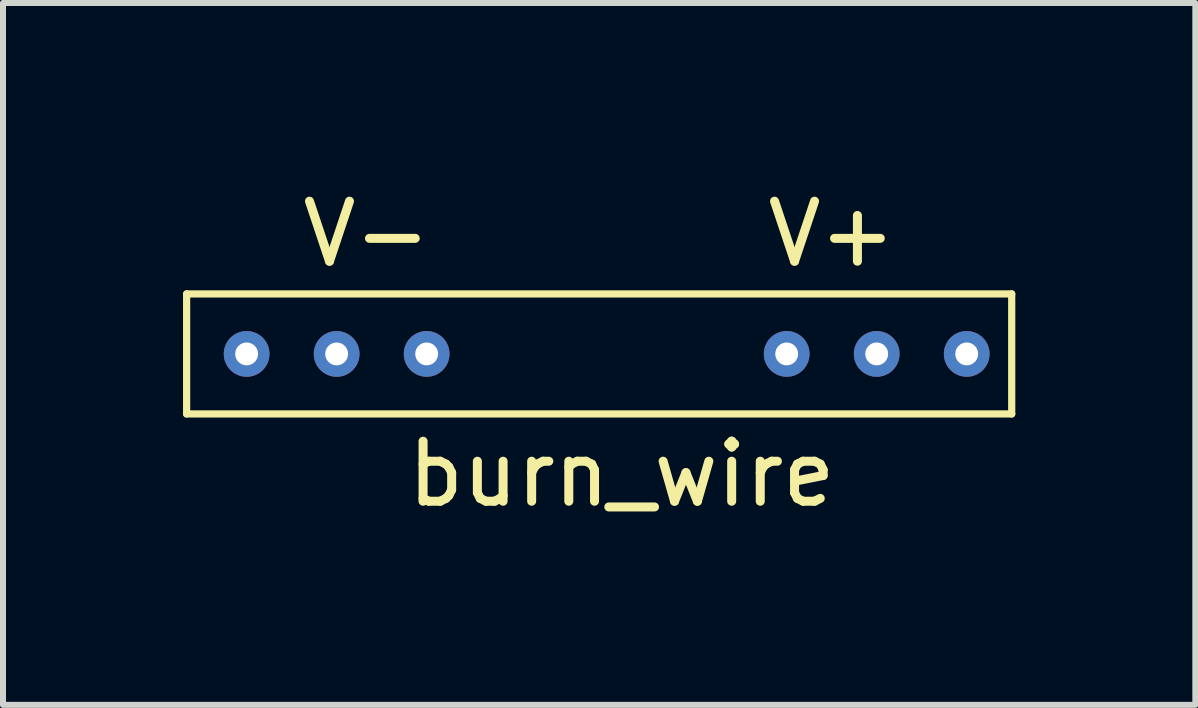
<source format=kicad_pcb>
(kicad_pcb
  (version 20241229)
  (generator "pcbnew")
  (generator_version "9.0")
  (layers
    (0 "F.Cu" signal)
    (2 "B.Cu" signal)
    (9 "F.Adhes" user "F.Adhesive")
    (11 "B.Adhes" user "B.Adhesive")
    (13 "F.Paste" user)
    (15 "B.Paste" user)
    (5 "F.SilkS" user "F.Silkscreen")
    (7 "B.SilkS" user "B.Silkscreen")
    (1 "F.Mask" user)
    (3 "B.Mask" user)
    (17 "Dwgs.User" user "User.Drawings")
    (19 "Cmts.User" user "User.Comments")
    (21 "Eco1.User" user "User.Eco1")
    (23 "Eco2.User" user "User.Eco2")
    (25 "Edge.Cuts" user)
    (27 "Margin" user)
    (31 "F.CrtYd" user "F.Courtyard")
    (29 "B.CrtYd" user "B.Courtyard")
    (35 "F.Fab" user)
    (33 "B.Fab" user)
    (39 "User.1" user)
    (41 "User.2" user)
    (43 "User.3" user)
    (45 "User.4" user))
  (footprint "burn_wire"
    (layer "F.Cu")
    (at 4.06 2.848)
    (property "Reference" "burn_wire" (at 3.25 2 0) (layer "F.SilkS") (effects (font (size 1 1) (thickness 0.15))))
    (attr through_hole)
    (fp_line (start -4 -1) (end 9.75 -1) (stroke (width 0.12) (type solid)) (layer "F.SilkS"))
    (fp_line (start -4 1) (end -4 -1) (stroke (width 0.12) (type solid)) (layer "F.SilkS"))
    (fp_line (start 9.75 -1) (end 9.75 1) (stroke (width 0.12) (type solid)) (layer "F.SilkS"))
    (fp_line (start 9.75 1) (end -4 1) (stroke (width 0.12) (type solid)) (layer "F.SilkS"))
    (fp_text user "V-" (at -1 -2 0) (layer "F.SilkS") (effects (font (size 1 1) (thickness 0.15))))
    (fp_text user "V+" (at 6.75 -2 0) (layer "F.SilkS") (effects (font (size 1 1) (thickness 0.15))))
    (pad "1" thru_hole circle (at 6 0) (size 0.762 0.762) (drill 0.381) (layers "*.Cu" "*.Mask"))
    (pad "2" thru_hole circle (at 7.5 0) (size 0.762 0.762) (drill 0.381) (layers "*.Cu" "*.Mask"))
    (pad "3" thru_hole circle (at 9 0) (size 0.762 0.762) (drill 0.381) (layers "*.Cu" "*.Mask"))
    (pad "4" thru_hole circle (at 0 0) (size 0.762 0.762) (drill 0.381) (layers "*.Cu" "*.Mask"))
    (pad "5" thru_hole circle (at -1.5 0) (size 0.762 0.762) (drill 0.381) (layers "*.Cu" "*.Mask"))
    (pad "6" thru_hole circle (at -3 0) (size 0.762 0.762) (drill 0.381) (layers "*.Cu" "*.Mask")))
  (gr_rect
    (start -3 -3)
    (end 16.87 8.697)
    (stroke (width 0.1) (type default))
    (fill no)
    (layer "Edge.Cuts")))
</source>
